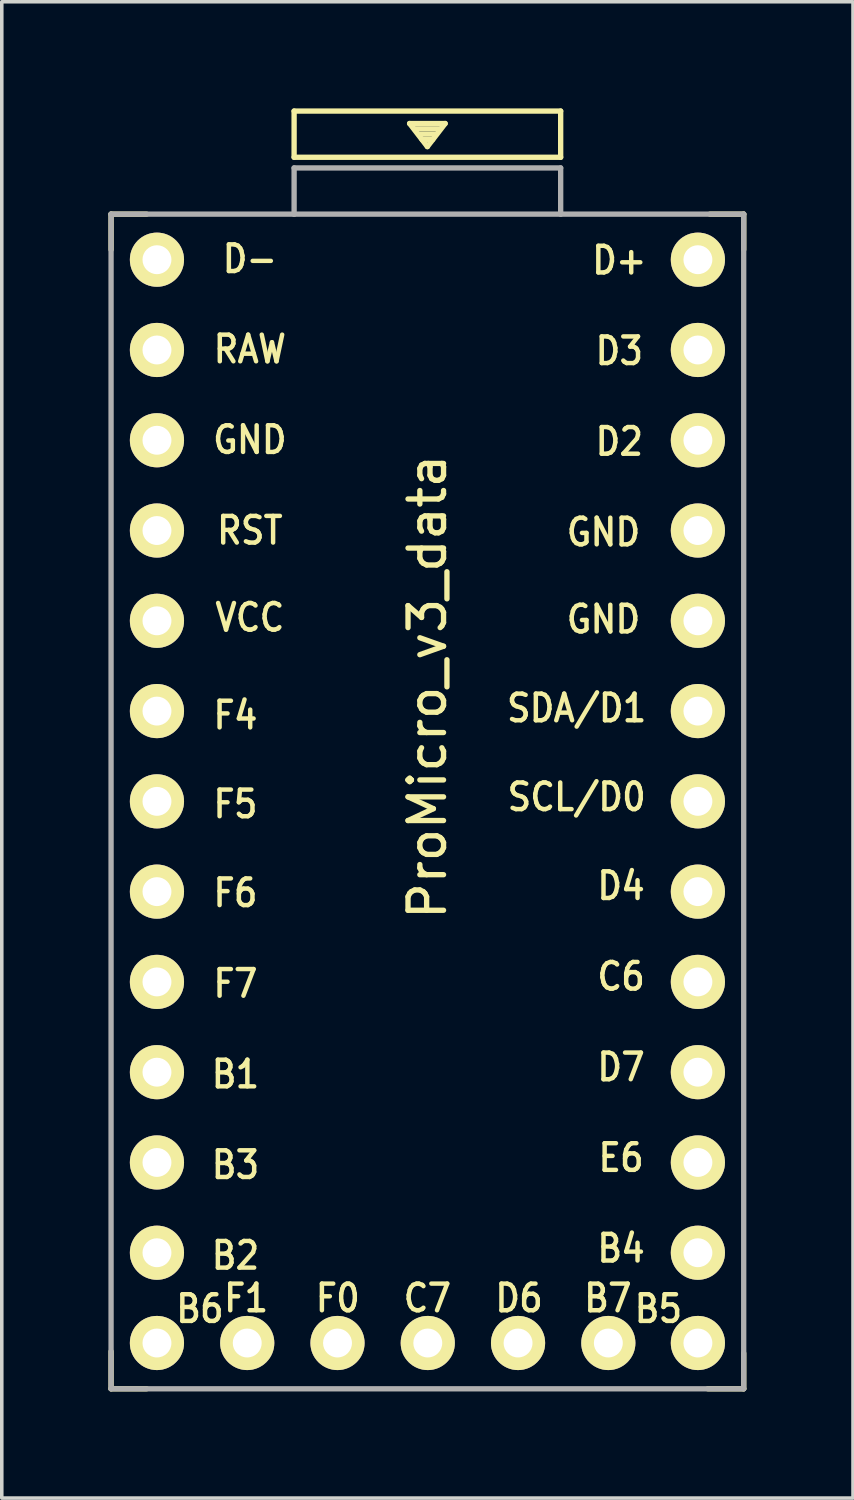
<source format=kicad_pcb>
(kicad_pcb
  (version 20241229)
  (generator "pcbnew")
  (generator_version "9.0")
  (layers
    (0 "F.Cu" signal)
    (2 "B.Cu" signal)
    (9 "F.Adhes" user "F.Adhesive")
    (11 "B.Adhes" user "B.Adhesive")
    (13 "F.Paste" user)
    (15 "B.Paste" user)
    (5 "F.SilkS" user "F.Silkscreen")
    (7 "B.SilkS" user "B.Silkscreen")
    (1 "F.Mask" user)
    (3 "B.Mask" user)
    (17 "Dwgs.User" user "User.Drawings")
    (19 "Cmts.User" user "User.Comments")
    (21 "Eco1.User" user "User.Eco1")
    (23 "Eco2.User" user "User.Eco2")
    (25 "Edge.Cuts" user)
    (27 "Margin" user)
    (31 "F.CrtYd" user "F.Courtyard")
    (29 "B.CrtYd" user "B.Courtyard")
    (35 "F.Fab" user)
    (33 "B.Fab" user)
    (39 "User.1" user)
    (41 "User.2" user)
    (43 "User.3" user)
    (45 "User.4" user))
  (footprint "ProMicro_v3_data"
    (layer "F.Cu")
    (at 8.975 21.275)
    (property "Reference" "ProMicro_v3_data" (at 0 -5 90) (layer "F.SilkS") (effects (font (size 1 1) (thickness 0.15))))
    (attr through_hole)
    (fp_line (start -8.9 -18.3) (end -8.9 -17.3) (stroke (width 0.15) (type solid)) (layer "F.SilkS"))
    (fp_line (start -8.9 -18.3) (end -7.9 -18.3) (stroke (width 0.15) (type solid)) (layer "F.SilkS"))
    (fp_line (start -8.9 13.7) (end -8.9 14.75) (stroke (width 0.15) (type solid)) (layer "F.SilkS"))
    (fp_line (start -8.9 14.75) (end -7.9 14.75) (stroke (width 0.15) (type solid)) (layer "F.SilkS"))
    (fp_line (start -3.75 -21.2) (end -3.75 -19.9) (stroke (width 0.15) (type solid)) (layer "F.SilkS"))
    (fp_line (start -3.75 -19.9) (end 3.75 -19.9) (stroke (width 0.15) (type solid)) (layer "F.SilkS"))
    (fp_line (start -0.5 -20.85) (end 0.5 -20.85) (stroke (width 0.15) (type solid)) (layer "F.SilkS"))
    (fp_line (start -0.35 -20.7) (end 0.35 -20.7) (stroke (width 0.15) (type solid)) (layer "F.SilkS"))
    (fp_line (start -0.25 -20.55) (end 0.25 -20.55) (stroke (width 0.15) (type solid)) (layer "F.SilkS"))
    (fp_line (start -0.15 -20.4) (end 0.15 -20.4) (stroke (width 0.15) (type solid)) (layer "F.SilkS"))
    (fp_line (start 0 -20.2) (end -0.5 -20.85) (stroke (width 0.15) (type solid)) (layer "F.SilkS"))
    (fp_line (start 0.5 -20.85) (end 0 -20.2) (stroke (width 0.15) (type solid)) (layer "F.SilkS"))
    (fp_line (start 3.75 -21.2) (end -3.75 -21.2) (stroke (width 0.15) (type solid)) (layer "F.SilkS"))
    (fp_line (start 3.75 -19.9) (end 3.75 -21.2) (stroke (width 0.15) (type solid)) (layer "F.SilkS"))
    (fp_line (start 8.9 -18.3) (end 7.95 -18.3) (stroke (width 0.15) (type solid)) (layer "F.SilkS"))
    (fp_line (start 8.9 -18.3) (end 8.9 -17.3) (stroke (width 0.15) (type solid)) (layer "F.SilkS"))
    (fp_line (start 8.9 13.75) (end 8.9 14.75) (stroke (width 0.15) (type solid)) (layer "F.SilkS"))
    (fp_line (start 8.9 14.75) (end 7.89 14.75) (stroke (width 0.15) (type solid)) (layer "F.SilkS"))
    (fp_line (start -8.9 -18.3) (end -3.75 -18.3) (stroke (width 0.15) (type solid)) (layer "F.Fab"))
    (fp_line (start -8.9 14.75) (end -8.9 -18.3) (stroke (width 0.15) (type solid)) (layer "F.Fab"))
    (fp_line (start -3.75 -19.6) (end -3.75 -18.299) (stroke (width 0.15) (type solid)) (layer "F.Fab"))
    (fp_line (start -3.75 -19.6) (end 3.75 -19.6) (stroke (width 0.15) (type solid)) (layer "F.Fab"))
    (fp_line (start -3.75 -18.3) (end 3.75 -18.3) (stroke (width 0.15) (type solid)) (layer "F.Fab"))
    (fp_line (start 3.75 -19.6) (end 3.75 -18.3) (stroke (width 0.15) (type solid)) (layer "F.Fab"))
    (fp_line (start 3.76 -18.3) (end 8.9 -18.3) (stroke (width 0.15) (type solid)) (layer "F.Fab"))
    (fp_line (start 8.9 -18.3) (end 8.9 14.75) (stroke (width 0.15) (type solid)) (layer "F.Fab"))
    (fp_line (start 8.9 14.75) (end -8.9 14.75) (stroke (width 0.15) (type solid)) (layer "F.Fab"))
    (fp_text user "SCL/D0" (at 4.2 -1.9 0) (unlocked yes) (layer "F.SilkS") (effects (font (size 0.75 0.67) (thickness 0.125))))
    (fp_text user "F6" (at -5.4 0.8 0) (unlocked yes) (layer "F.SilkS") (effects (font (size 0.75 0.67) (thickness 0.125))))
    (fp_text user "RST" (at -4.995 -9.4 0) (unlocked yes) (layer "F.SilkS") (effects (font (size 0.75 0.67) (thickness 0.125))))
    (fp_text user "D-" (at -4.995 -17.04 0) (unlocked yes) (layer "F.SilkS") (effects (font (size 0.75 0.67) (thickness 0.125))))
    (fp_text user "B2" (at -5.4 11 0) (unlocked yes) (layer "F.SilkS") (effects (font (size 0.75 0.67) (thickness 0.125))))
    (fp_text user "F1" (at -5.1 12.2 0) (unlocked yes) (layer "F.SilkS") (effects (font (size 0.75 0.67) (thickness 0.125))))
    (fp_text user "GND" (at 4.955 -9.35 0) (unlocked yes) (layer "F.SilkS") (effects (font (size 0.75 0.67) (thickness 0.125))))
    (fp_text user "D6" (at 2.579 12.2 0) (unlocked yes) (layer "F.SilkS") (effects (font (size 0.75 0.67) (thickness 0.125))))
    (fp_text user "GND" (at -4.995 -11.95 0) (unlocked yes) (layer "F.SilkS") (effects (font (size 0.75 0.67) (thickness 0.125))))
    (fp_text user "F5" (at -5.4 -1.7 0) (unlocked yes) (layer "F.SilkS") (effects (font (size 0.75 0.67) (thickness 0.125))))
    (fp_text user "F7" (at -5.4 3.35 0) (unlocked yes) (layer "F.SilkS") (effects (font (size 0.75 0.67) (thickness 0.125))))
    (fp_text user "B5" (at 6.5 12.5 0) (unlocked yes) (layer "F.SilkS") (effects (font (size 0.75 0.67) (thickness 0.125))))
    (fp_text user "SDA/D1" (at 4.2 -4.4 0) (unlocked yes) (layer "F.SilkS") (effects (font (size 0.75 0.67) (thickness 0.125))))
    (fp_text user "D+" (at 5.4 -17 0) (unlocked yes) (layer "F.SilkS") (effects (font (size 0.75 0.67) (thickness 0.125))))
    (fp_text user "B4" (at 5.45 10.8 0) (unlocked yes) (layer "F.SilkS") (effects (font (size 0.75 0.67) (thickness 0.125))))
    (fp_text user "F0" (at -2.521 12.2 0) (unlocked yes) (layer "F.SilkS") (effects (font (size 0.75 0.67) (thickness 0.125))))
    (fp_text user "D2" (at 5.4 -11.9 0) (unlocked yes) (layer "F.SilkS") (effects (font (size 0.75 0.67) (thickness 0.125))))
    (fp_text user "B7" (at 5.079 12.2 0) (unlocked yes) (layer "F.SilkS") (effects (font (size 0.75 0.67) (thickness 0.125))))
    (fp_text user "C6" (at 5.45 3.15 0) (unlocked yes) (layer "F.SilkS") (effects (font (size 0.75 0.67) (thickness 0.125))))
    (fp_text user "GND" (at 4.955 -6.9 0) (unlocked yes) (layer "F.SilkS") (effects (font (size 0.75 0.67) (thickness 0.125))))
    (fp_text user "B1" (at -5.4 5.9 0) (unlocked yes) (layer "F.SilkS") (effects (font (size 0.75 0.67) (thickness 0.125))))
    (fp_text user "RAW" (at -4.995 -14.5 0) (unlocked yes) (layer "F.SilkS") (effects (font (size 0.75 0.67) (thickness 0.125))))
    (fp_text user "B6" (at -6.4 12.5 0) (unlocked yes) (layer "F.SilkS") (effects (font (size 0.75 0.67) (thickness 0.125))))
    (fp_text user "VCC" (at -4.995 -6.95 0) (unlocked yes) (layer "F.SilkS") (effects (font (size 0.75 0.67) (thickness 0.125))))
    (fp_text user "D7" (at 5.45 5.7 0) (unlocked yes) (layer "F.SilkS") (effects (font (size 0.75 0.67) (thickness 0.125))))
    (fp_text user "E6" (at 5.45 8.25 0) (unlocked yes) (layer "F.SilkS") (effects (font (size 0.75 0.67) (thickness 0.125))))
    (fp_text user "B3" (at -5.4 8.45 0) (unlocked yes) (layer "F.SilkS") (effects (font (size 0.75 0.67) (thickness 0.125))))
    (fp_text user "C7" (at 0 12.2 0) (unlocked yes) (layer "F.SilkS") (effects (font (size 0.75 0.67) (thickness 0.125))))
    (fp_text user "F4" (at -5.4 -4.2 0) (unlocked yes) (layer "F.SilkS") (effects (font (size 0.75 0.67) (thickness 0.125))))
    (fp_text user "D4" (at 5.45 0.6 0) (unlocked yes) (layer "F.SilkS") (effects (font (size 0.75 0.67) (thickness 0.125))))
    (fp_text user "D3" (at 5.4 -14.45 0) (unlocked yes) (layer "F.SilkS") (effects (font (size 0.75 0.67) (thickness 0.125))))
    (pad "1" thru_hole circle (at 7.611 -14.478) (size 1.524 1.524) (drill 0.813) (layers "*.Cu" "B.Mask" "F.SilkS"))
    (pad "2" thru_hole circle (at 7.611 -11.938) (size 1.524 1.524) (drill 0.813) (layers "*.Cu" "B.Mask" "F.SilkS"))
    (pad "3" thru_hole circle (at 7.611 -9.398) (size 1.524 1.524) (drill 0.813) (layers "*.Cu" "B.Mask" "F.SilkS"))
    (pad "4" thru_hole circle (at 7.611 -6.858) (size 1.524 1.524) (drill 0.813) (layers "*.Cu" "B.Mask" "F.SilkS"))
    (pad "5" thru_hole circle (at 7.611 -4.318) (size 1.524 1.524) (drill 0.813) (layers "*.Cu" "B.Mask" "F.SilkS"))
    (pad "6" thru_hole circle (at 7.611 -1.778) (size 1.524 1.524) (drill 0.813) (layers "*.Cu" "B.Mask" "F.SilkS"))
    (pad "7" thru_hole circle (at 7.611 0.762) (size 1.524 1.524) (drill 0.813) (layers "*.Cu" "B.Mask" "F.SilkS"))
    (pad "8" thru_hole circle (at 7.611 3.302) (size 1.524 1.524) (drill 0.813) (layers "*.Cu" "B.Mask" "F.SilkS"))
    (pad "9" thru_hole circle (at 7.611 5.842) (size 1.524 1.524) (drill 0.813) (layers "*.Cu" "B.Mask" "F.SilkS"))
    (pad "10" thru_hole circle (at 7.611 8.382) (size 1.524 1.524) (drill 0.813) (layers "*.Cu" "B.Mask" "F.SilkS"))
    (pad "11" thru_hole circle (at 7.611 10.922) (size 1.524 1.524) (drill 0.813) (layers "*.Cu" "B.Mask" "F.SilkS"))
    (pad "12" thru_hole circle (at 7.611 13.462) (size 1.524 1.524) (drill 0.813) (layers "*.Cu" "B.Mask" "F.SilkS"))
    (pad "13" thru_hole circle (at -7.609 13.462) (size 1.524 1.524) (drill 0.813) (layers "*.Cu" "B.Mask" "F.SilkS"))
    (pad "14" thru_hole circle (at -7.609 10.922) (size 1.524 1.524) (drill 0.813) (layers "*.Cu" "B.Mask" "F.SilkS"))
    (pad "15" thru_hole circle (at -7.609 8.382) (size 1.524 1.524) (drill 0.813) (layers "*.Cu" "B.Mask" "F.SilkS"))
    (pad "16" thru_hole circle (at -7.609 5.842) (size 1.524 1.524) (drill 0.813) (layers "*.Cu" "B.Mask" "F.SilkS"))
    (pad "17" thru_hole circle (at -7.609 3.302) (size 1.524 1.524) (drill 0.813) (layers "*.Cu" "B.Mask" "F.SilkS"))
    (pad "18" thru_hole circle (at -7.609 0.762) (size 1.524 1.524) (drill 0.813) (layers "*.Cu" "B.Mask" "F.SilkS"))
    (pad "19" thru_hole circle (at -7.609 -1.778) (size 1.524 1.524) (drill 0.813) (layers "*.Cu" "B.Mask" "F.SilkS"))
    (pad "20" thru_hole circle (at -7.609 -4.318) (size 1.524 1.524) (drill 0.813) (layers "*.Cu" "B.Mask" "F.SilkS"))
    (pad "21" thru_hole circle (at -7.609 -6.858) (size 1.524 1.524) (drill 0.813) (layers "*.Cu" "B.Mask" "F.SilkS"))
    (pad "22" thru_hole circle (at -7.609 -9.398) (size 1.524 1.524) (drill 0.813) (layers "*.Cu" "B.Mask" "F.SilkS"))
    (pad "23" thru_hole circle (at -7.609 -11.938) (size 1.524 1.524) (drill 0.813) (layers "*.Cu" "B.Mask" "F.SilkS"))
    (pad "24" thru_hole circle (at -7.609 -14.478) (size 1.524 1.524) (drill 0.813) (layers "*.Cu" "B.Mask" "F.SilkS"))
    (pad "25" thru_hole circle (at -7.609 -17.018) (size 1.524 1.524) (drill 0.813) (layers "*.Cu" "B.Mask" "F.SilkS"))
    (pad "26" thru_hole circle (at 7.611 -17.018) (size 1.524 1.524) (drill 0.813) (layers "*.Cu" "B.Mask" "F.SilkS"))
    (pad "27" thru_hole circle (at 5.091 13.462 90) (size 1.524 1.524) (drill 0.813) (layers "*.Cu" "B.Mask" "F.SilkS"))
    (pad "28" thru_hole circle (at 2.551 13.462 90) (size 1.524 1.524) (drill 0.813) (layers "*.Cu" "B.Mask" "F.SilkS"))
    (pad "29" thru_hole circle (at 0.011 13.462 90) (size 1.524 1.524) (drill 0.813) (layers "*.Cu" "B.Mask" "F.SilkS"))
    (pad "30" thru_hole circle (at -2.529 13.462 90) (size 1.524 1.524) (drill 0.813) (layers "*.Cu" "B.Mask" "F.SilkS"))
    (pad "31" thru_hole circle (at -5.069 13.462 90) (size 1.524 1.524) (drill 0.813) (layers "*.Cu" "B.Mask" "F.SilkS")))
  (gr_rect
    (start -3 -3)
    (end 20.95 39.1)
    (stroke (width 0.1) (type default))
    (fill no)
    (layer "Edge.Cuts")))
</source>
